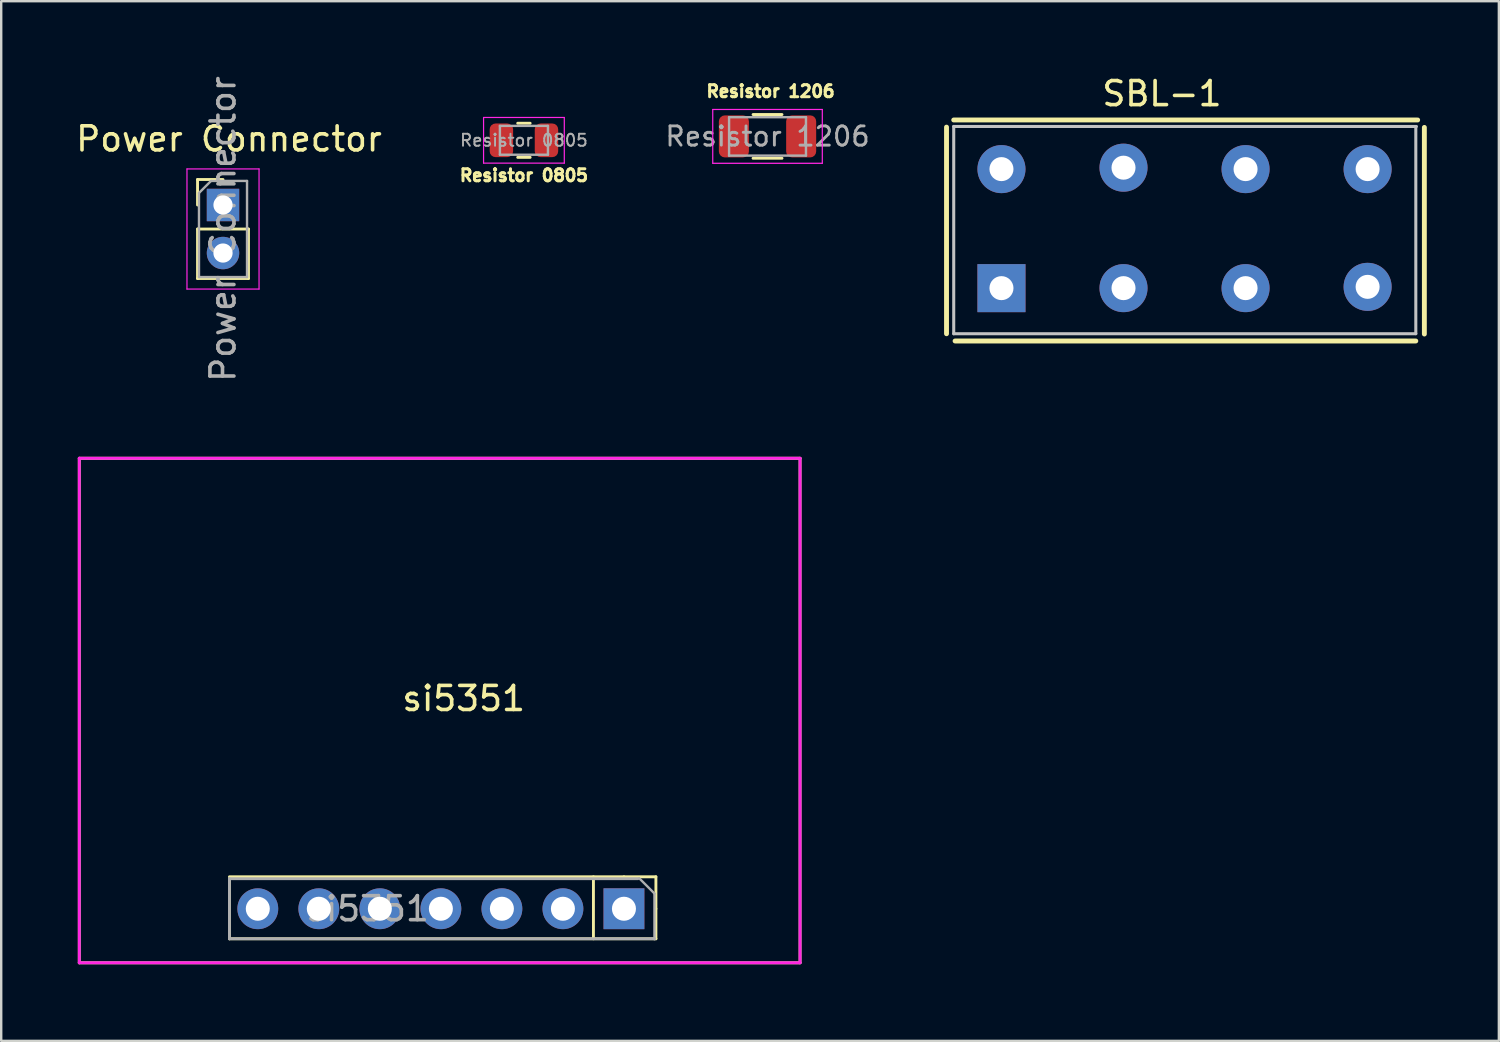
<source format=kicad_pcb>
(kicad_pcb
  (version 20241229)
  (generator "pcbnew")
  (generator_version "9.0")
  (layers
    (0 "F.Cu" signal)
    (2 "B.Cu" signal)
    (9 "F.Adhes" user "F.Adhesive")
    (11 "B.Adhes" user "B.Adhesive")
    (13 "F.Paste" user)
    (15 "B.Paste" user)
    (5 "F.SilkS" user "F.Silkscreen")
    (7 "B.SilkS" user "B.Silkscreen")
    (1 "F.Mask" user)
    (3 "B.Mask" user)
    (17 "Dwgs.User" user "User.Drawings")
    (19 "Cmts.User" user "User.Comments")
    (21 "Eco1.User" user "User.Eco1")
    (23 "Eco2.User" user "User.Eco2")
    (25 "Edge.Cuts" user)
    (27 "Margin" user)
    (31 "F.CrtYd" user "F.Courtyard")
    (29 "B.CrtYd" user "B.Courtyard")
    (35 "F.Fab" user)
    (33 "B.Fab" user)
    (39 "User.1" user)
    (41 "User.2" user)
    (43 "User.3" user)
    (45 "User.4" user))
  (footprint "SBL-1"
    (layer "F.Cu")
    (at 45.313 0.348)
    (property "Reference" "SBL-1" (at 0 0.5 0) (layer "F.SilkS") (effects (font (size 1 1) (thickness 0.15))))
    (attr through_hole)
    (fp_line (start -8.967 1.893) (end -8.967 10.493) (stroke (width 0.203) (type solid)) (layer "F.SilkS"))
    (fp_line (start -8.667 1.596) (end 10.643 1.596) (stroke (width 0.203) (type solid)) (layer "F.SilkS"))
    (fp_line (start -8.611 10.795) (end 10.566 10.795) (stroke (width 0.203) (type solid)) (layer "F.SilkS"))
    (fp_line (start 10.922 1.905) (end 10.922 10.505) (stroke (width 0.203) (type solid)) (layer "F.SilkS"))
    (fp_line (start -8.667 1.865) (end -8.667 10.493) (stroke (width 0.127) (type solid)) (layer "Dwgs.User"))
    (fp_line (start -8.667 10.493) (end 10.566 10.493) (stroke (width 0.127) (type solid)) (layer "Dwgs.User"))
    (fp_line (start 10.566 10.49) (end 10.566 1.887) (stroke (width 0.127) (type solid)) (layer "Dwgs.User"))
    (fp_line (start 10.592 1.865) (end -8.667 1.865) (stroke (width 0.127) (type solid)) (layer "Dwgs.User"))
    (pad "1" thru_hole rect (at -6.68 8.595) (size 2 2) (drill 1) (layers "*.Cu" "*.Mask"))
    (pad "2" thru_hole circle (at -6.68 3.641) (size 2 2) (drill 1) (layers "*.Cu" "*.Mask"))
    (pad "3" thru_hole circle (at -1.6 8.595) (size 2 2) (drill 1) (layers "*.Cu" "*.Mask"))
    (pad "4" thru_hole circle (at -1.6 3.581) (size 2 2) (drill 1) (layers "*.Cu" "*.Mask"))
    (pad "5" thru_hole circle (at 3.48 8.595 90) (size 2 2) (drill 1) (layers "*.Cu" "*.Mask"))
    (pad "6" thru_hole circle (at 3.48 3.641) (size 2 2) (drill 1) (layers "*.Cu" "*.Mask"))
    (pad "7" thru_hole circle (at 8.56 8.541 90) (size 2 2) (drill 1) (layers "*.Cu" "*.Mask"))
    (pad "8" thru_hole circle (at 8.56 3.641) (size 2 2) (drill 1) (layers "*.Cu" "*.Mask")))
  (footprint "Resistor 0805"
    (layer "F.Cu")
    (at 18.757 0.25)
    (property "Reference" "Resistor 0805" (at 0 4 0) (layer "F.SilkS") (effects (font (size 0.5 0.5) (thickness 0.125))))
    (attr through_hole)
    (fp_line (start -0.259 1.83) (end 0.259 1.83) (stroke (width 0.12) (type solid)) (layer "F.SilkS"))
    (fp_line (start -0.259 3.25) (end 0.259 3.25) (stroke (width 0.12) (type solid)) (layer "F.SilkS"))
    (fp_line (start -1.68 1.59) (end 1.68 1.59) (stroke (width 0.05) (type solid)) (layer "F.CrtYd"))
    (fp_line (start -1.68 3.49) (end -1.68 1.59) (stroke (width 0.05) (type solid)) (layer "F.CrtYd"))
    (fp_line (start 1.68 1.59) (end 1.68 3.49) (stroke (width 0.05) (type solid)) (layer "F.CrtYd"))
    (fp_line (start 1.68 3.49) (end -1.68 3.49) (stroke (width 0.05) (type solid)) (layer "F.CrtYd"))
    (fp_line (start -1 1.94) (end 1 1.94) (stroke (width 0.1) (type solid)) (layer "F.Fab"))
    (fp_line (start -1 3.14) (end -1 1.94) (stroke (width 0.1) (type solid)) (layer "F.Fab"))
    (fp_line (start 1 1.94) (end 1 3.14) (stroke (width 0.1) (type solid)) (layer "F.Fab"))
    (fp_line (start 1 3.14) (end -1 3.14) (stroke (width 0.1) (type solid)) (layer "F.Fab"))
    (fp_text user "${REFERENCE}" (at 0 2.54 0) (layer "F.Fab") (effects (font (size 0.5 0.5) (thickness 0.08))))
    (pad "1" smd roundrect (at -0.938 2.54) (size 0.975 1.4) (layers "F.Cu" "F.Mask" "F.Paste") (roundrect_rratio 0.25))
    (pad "2" smd roundrect (at 0.938 2.54) (size 0.975 1.4) (layers "F.Cu" "F.Mask" "F.Paste") (roundrect_rratio 0.25)))
  (footprint "Resistor 1206"
    (layer "F.Cu")
    (at 29.023 0.25)
    (property "Reference" "Resistor 1206" (at 0 0.5 0) (layer "F.SilkS") (effects (font (size 0.5 0.5) (thickness 0.125))))
    (attr through_hole)
    (fp_line (start -0.729 1.467) (end 0.475 1.467) (stroke (width 0.12) (type solid)) (layer "F.SilkS"))
    (fp_line (start -0.729 3.287) (end 0.475 3.287) (stroke (width 0.12) (type solid)) (layer "F.SilkS"))
    (fp_line (start -2.407 1.257) (end 2.153 1.257) (stroke (width 0.05) (type solid)) (layer "F.CrtYd"))
    (fp_line (start -2.407 3.497) (end -2.407 1.257) (stroke (width 0.05) (type solid)) (layer "F.CrtYd"))
    (fp_line (start 2.153 1.257) (end 2.153 3.497) (stroke (width 0.05) (type solid)) (layer "F.CrtYd"))
    (fp_line (start 2.153 3.497) (end -2.407 3.497) (stroke (width 0.05) (type solid)) (layer "F.CrtYd"))
    (fp_line (start -1.727 1.577) (end 1.473 1.577) (stroke (width 0.1) (type solid)) (layer "F.Fab"))
    (fp_line (start -1.727 3.177) (end -1.727 1.577) (stroke (width 0.1) (type solid)) (layer "F.Fab"))
    (fp_line (start 1.473 1.577) (end 1.473 3.177) (stroke (width 0.1) (type solid)) (layer "F.Fab"))
    (fp_line (start 1.473 3.177) (end -1.727 3.177) (stroke (width 0.1) (type solid)) (layer "F.Fab"))
    (fp_text user "${REFERENCE}" (at -0.127 2.377 0) (layer "F.Fab") (effects (font (size 0.8 0.8) (thickness 0.12))))
    (pad "1" smd roundrect (at -1.527 2.377) (size 1.25 1.75) (layers "F.Cu" "F.Mask" "F.Paste") (roundrect_rratio 0.2))
    (pad "2" smd roundrect (at 1.273 2.377) (size 1.25 1.75) (layers "F.Cu" "F.Mask" "F.Paste") (roundrect_rratio 0.2)))
  (footprint "Power Connector"
    (layer "F.Cu")
    (at 6.482 2.232)
    (property "Reference" "Power Connector" (at 0 0.5 0) (layer "F.SilkS") (effects (font (size 1 1) (thickness 0.15))))
    (attr through_hole)
    (fp_line (start -1.31 2.19) (end -0.25 2.19) (stroke (width 0.12) (type solid)) (layer "F.SilkS"))
    (fp_line (start -1.31 3.25) (end -1.31 2.19) (stroke (width 0.12) (type solid)) (layer "F.SilkS"))
    (fp_line (start -1.31 4.25) (end -1.31 6.31) (stroke (width 0.12) (type solid)) (layer "F.SilkS"))
    (fp_line (start -1.31 4.25) (end 0.81 4.25) (stroke (width 0.12) (type solid)) (layer "F.SilkS"))
    (fp_line (start -1.31 6.31) (end 0.81 6.31) (stroke (width 0.12) (type solid)) (layer "F.SilkS"))
    (fp_line (start 0.81 4.25) (end 0.81 6.31) (stroke (width 0.12) (type solid)) (layer "F.SilkS"))
    (fp_line (start -1.75 1.75) (end -1.75 6.75) (stroke (width 0.05) (type solid)) (layer "F.CrtYd"))
    (fp_line (start -1.75 6.75) (end 1.25 6.75) (stroke (width 0.05) (type solid)) (layer "F.CrtYd"))
    (fp_line (start 1.25 1.75) (end -1.75 1.75) (stroke (width 0.05) (type solid)) (layer "F.CrtYd"))
    (fp_line (start 1.25 6.75) (end 1.25 1.75) (stroke (width 0.05) (type solid)) (layer "F.CrtYd"))
    (fp_line (start -1.25 2.75) (end -0.75 2.25) (stroke (width 0.1) (type solid)) (layer "F.Fab"))
    (fp_line (start -1.25 6.25) (end -1.25 2.75) (stroke (width 0.1) (type solid)) (layer "F.Fab"))
    (fp_line (start -0.75 2.25) (end 0.75 2.25) (stroke (width 0.1) (type solid)) (layer "F.Fab"))
    (fp_line (start 0.75 2.25) (end 0.75 6.25) (stroke (width 0.1) (type solid)) (layer "F.Fab"))
    (fp_line (start 0.75 6.25) (end -1.25 6.25) (stroke (width 0.1) (type solid)) (layer "F.Fab"))
    (fp_text user "${REFERENCE}" (at -0.25 4.25 90) (layer "F.Fab") (effects (font (size 1 1) (thickness 0.15))))
    (pad "1" thru_hole rect (at -0.25 3.25) (size 1.35 1.35) (drill 0.8) (layers "*.Cu" "*.Mask"))
    (pad "2" thru_hole oval (at -0.25 5.25) (size 1.35 1.35) (drill 0.8) (layers "*.Cu" "*.Mask")))
  (footprint "si5351"
    (layer "F.Cu")
    (at 0.25 37.024)
    (property "Reference" "si5351" (at 16 -11 0) (layer "F.SilkS") (effects (font (size 1 1) (thickness 0.15))))
    (attr through_hole)
    (fp_line (start 0 -21) (end 0 0) (stroke (width 0.12) (type solid)) (layer "F.SilkS"))
    (fp_line (start 0 0) (end 30 0) (stroke (width 0.12) (type solid)) (layer "F.SilkS"))
    (fp_line (start 6.25 -3.5) (end 6.25 -1) (stroke (width 0.12) (type solid)) (layer "F.SilkS"))
    (fp_line (start 6.25 -1) (end 24 -1) (stroke (width 0.12) (type solid)) (layer "F.SilkS"))
    (fp_line (start 21.4 -3.58) (end 21.4 -1) (stroke (width 0.12) (type solid)) (layer "F.SilkS"))
    (fp_line (start 22.67 -3.58) (end 6.25 -3.58) (stroke (width 0.12) (type solid)) (layer "F.SilkS"))
    (fp_line (start 22.67 -3.58) (end 24 -3.58) (stroke (width 0.12) (type solid)) (layer "F.SilkS"))
    (fp_line (start 24 -3.58) (end 24 -2.25) (stroke (width 0.12) (type solid)) (layer "F.SilkS"))
    (fp_line (start 24 -1) (end 24 -2.25) (stroke (width 0.12) (type solid)) (layer "F.SilkS"))
    (fp_line (start 30 -21) (end 0 -21) (stroke (width 0.12) (type solid)) (layer "F.SilkS"))
    (fp_line (start 30 0) (end 30 -21) (stroke (width 0.12) (type solid)) (layer "F.SilkS"))
    (fp_line (start 0 -21) (end 30 -21) (stroke (width 0.12) (type solid)) (layer "F.CrtYd"))
    (fp_line (start 0 0) (end 0 -21) (stroke (width 0.12) (type solid)) (layer "F.CrtYd"))
    (fp_line (start 0 0) (end 30 0) (stroke (width 0.12) (type solid)) (layer "F.CrtYd"))
    (fp_line (start 30 -21) (end 30 0) (stroke (width 0.12) (type solid)) (layer "F.CrtYd"))
    (fp_line (start 6.25 -3.5) (end 6.25 -1) (stroke (width 0.12) (type solid)) (layer "F.Fab"))
    (fp_line (start 6.25 -1) (end 23.94 -1) (stroke (width 0.12) (type solid)) (layer "F.Fab"))
    (fp_line (start 23.25 -3.5) (end 6.25 -3.5) (stroke (width 0.12) (type solid)) (layer "F.Fab"))
    (fp_line (start 23.305 -3.52) (end 23.94 -2.885) (stroke (width 0.1) (type solid)) (layer "F.Fab"))
    (fp_line (start 23.94 -2.885) (end 23.94 -0.98) (stroke (width 0.1) (type solid)) (layer "F.Fab"))
    (fp_text user "${REFERENCE}" (at 12 -2.25 0) (layer "F.Fab") (effects (font (size 1 1) (thickness 0.15))))
    (pad "0" thru_hole oval (at 7.43 -2.25 270) (size 1.7 1.7) (drill 1) (layers "*.Cu" "*.Mask"))
    (pad "1" thru_hole oval (at 9.97 -2.25 270) (size 1.7 1.7) (drill 1) (layers "*.Cu" "*.Mask"))
    (pad "2" thru_hole oval (at 12.51 -2.25 270) (size 1.7 1.7) (drill 1) (layers "*.Cu" "*.Mask"))
    (pad "GND" thru_hole oval (at 20.13 -2.25 270) (size 1.7 1.7) (drill 1) (layers "*.Cu" "*.Mask"))
    (pad "SCL" thru_hole oval (at 15.05 -2.25 270) (size 1.7 1.7) (drill 1) (layers "*.Cu" "*.Mask"))
    (pad "SDA" thru_hole oval (at 17.59 -2.25 270) (size 1.7 1.7) (drill 1) (layers "*.Cu" "*.Mask"))
    (pad "VIN" thru_hole rect (at 22.67 -2.25 270) (size 1.7 1.7) (drill 1) (layers "*.Cu" "*.Mask")))
  (gr_rect
    (start -3 -3)
    (end 59.336 40.274)
    (stroke (width 0.1) (type default))
    (fill no)
    (layer "Edge.Cuts")))
</source>
